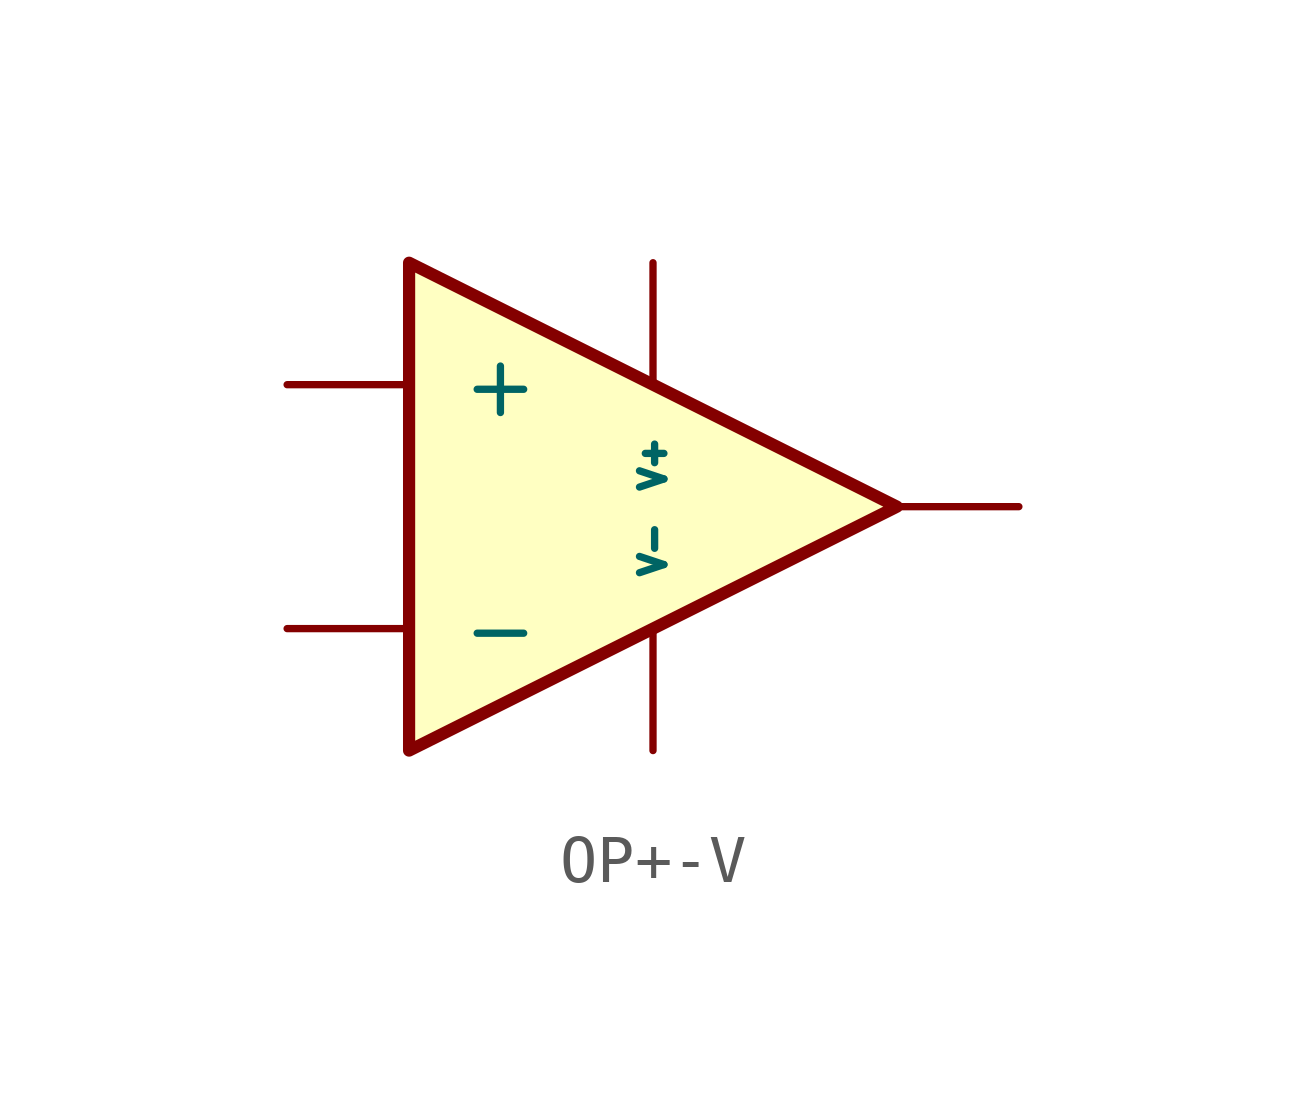
<source format=kicad_sym>
(kicad_symbol_lib
  (version 20231120)
  (generator "kicad_symbol_editor")
  (generator_version "8.0")
  (symbol "OP+-V"
    (pin_numbers hide)
    (pin_names
      (offset 1.016))
    (property "Reference" "U"
      (at 1.27 3.81 0)
      (effects (font (size 1.524 1.524)) (justify left) (hide yes)))
    (property "Footprint" ""
      (at 0 0 0)
      (effects (font (size 1.524 1.524))))
    (property "Datasheet" ""
      (at 0 0 0)
      (effects (font (size 1.524 1.524))))
    (symbol "OP+-V_0_1"
      (polyline (pts (xy -5.08 5.08) (xy 5.08 0) (xy -5.08 -5.08) (xy -5.08 5.08)) (stroke (width 0.254) (type default)) (fill (type background)))
      (pin power_in line (at 0 -5.08 90) (length 2.54) (name "V-" (effects (font (size 0.508 0.508)))) (number "4" (effects (font (size 0.508 0.508)))))
      (pin power_in line (at 0 5.08 270) (length 2.54) (name "V+" (effects (font (size 0.508 0.508)))) (number "~" (effects (font (size 0.508 0.508))))))
    (symbol "OP+-V_1_1"
      (pin output line (at 7.62 0 180) (length 2.54) (name "~" (effects (font (size 1.016 1.016)))) (number "1" (effects (font (size 1.016 1.016)))))
      (pin input line (at -7.62 -2.54 0) (length 2.54) (name "-" (effects (font (size 1.27 1.27)))) (number "2" (effects (font (size 1.016 1.016)))))
      (pin input line (at -7.62 2.54 0) (length 2.54) (name "+" (effects (font (size 1.27 1.27)))) (number "3" (effects (font (size 1.016 1.016))))))))
</source>
